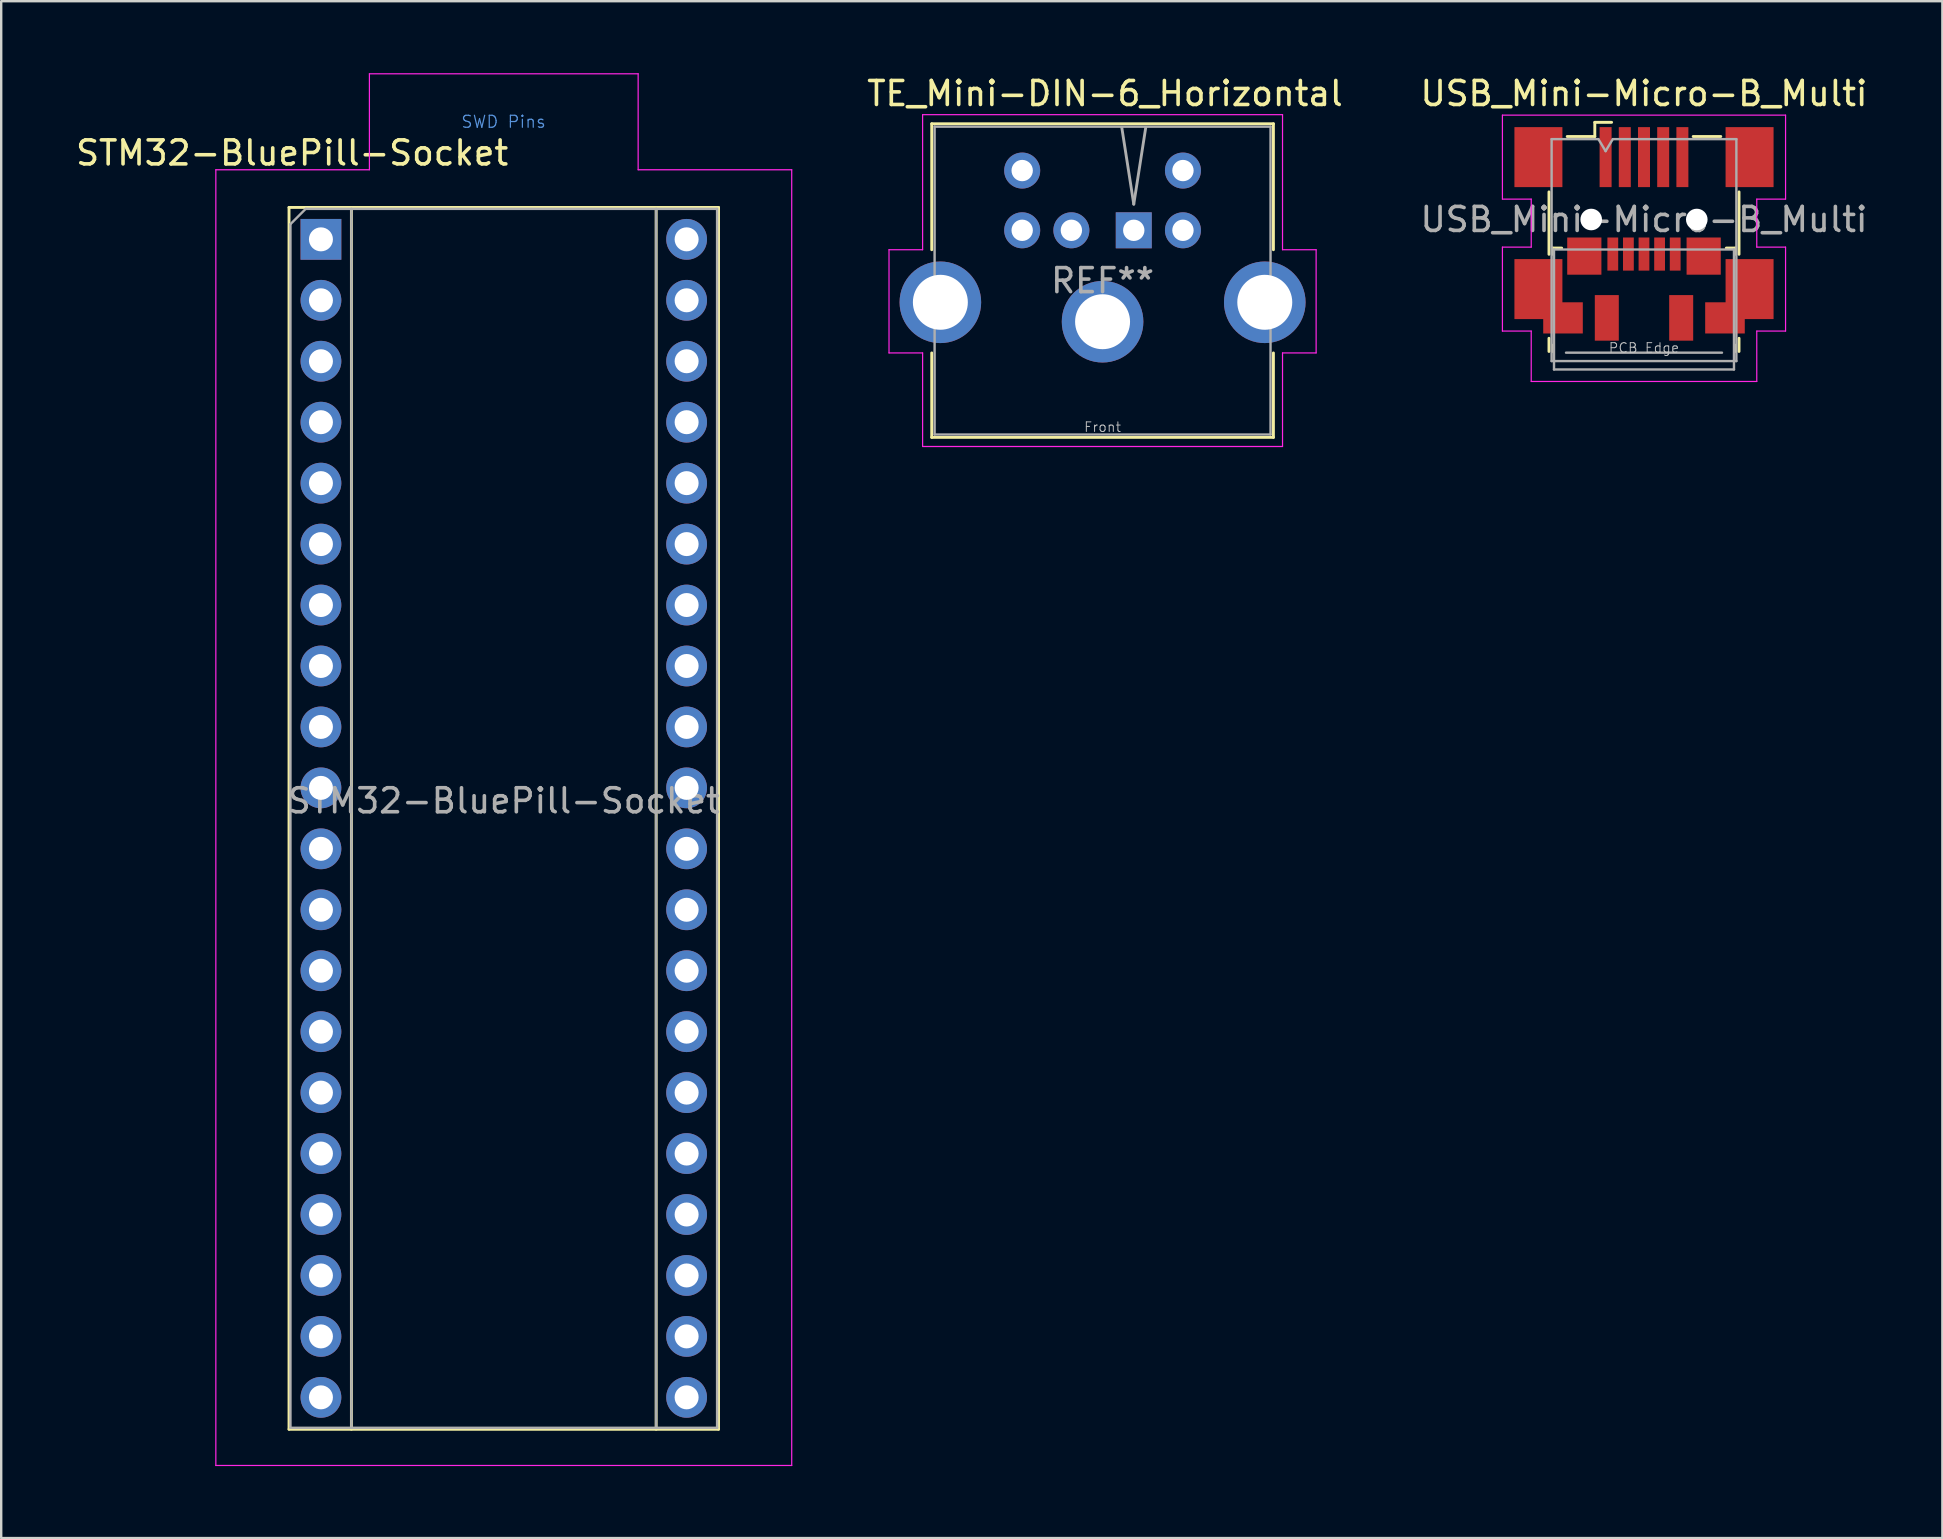
<source format=kicad_pcb>
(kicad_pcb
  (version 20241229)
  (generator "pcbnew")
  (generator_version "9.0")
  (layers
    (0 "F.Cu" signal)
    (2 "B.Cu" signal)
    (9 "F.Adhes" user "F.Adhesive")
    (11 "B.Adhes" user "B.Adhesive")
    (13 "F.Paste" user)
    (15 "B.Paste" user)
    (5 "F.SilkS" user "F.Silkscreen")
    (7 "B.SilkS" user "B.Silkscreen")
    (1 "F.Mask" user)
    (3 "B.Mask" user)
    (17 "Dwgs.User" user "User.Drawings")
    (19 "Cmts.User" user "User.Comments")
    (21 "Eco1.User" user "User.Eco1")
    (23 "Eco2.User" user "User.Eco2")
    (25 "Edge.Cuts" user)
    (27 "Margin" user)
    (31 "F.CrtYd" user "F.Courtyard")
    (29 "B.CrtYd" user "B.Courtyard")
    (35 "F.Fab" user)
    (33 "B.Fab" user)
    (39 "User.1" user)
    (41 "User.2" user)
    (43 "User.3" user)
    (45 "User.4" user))
  (footprint "STM32-BluePill-Socket"
    (layer "F.Cu")
    (at 10.325 6.925)
    (property "Reference" "STM32-BluePill-Socket" (at -1.2 -3.6 180) (layer "F.SilkS") (effects (font (size 1 1) (thickness 0.15))))
    (attr through_hole)
    (fp_line (start -1.33 -1.33) (end -1.33 49.59) (stroke (width 0.12) (type solid)) (layer "F.SilkS"))
    (fp_line (start -1.33 -1.33) (end 16.57 -1.33) (stroke (width 0.12) (type solid)) (layer "F.SilkS"))
    (fp_line (start -1.33 49.59) (end 16.57 49.59) (stroke (width 0.12) (type solid)) (layer "F.SilkS"))
    (fp_line (start 1.27 -1.33) (end 1.27 49.59) (stroke (width 0.12) (type solid)) (layer "F.SilkS"))
    (fp_line (start 13.97 -1.33) (end 13.97 49.59) (stroke (width 0.12) (type solid)) (layer "F.SilkS"))
    (fp_line (start 16.57 -1.33) (end 16.57 49.59) (stroke (width 0.12) (type solid)) (layer "F.SilkS"))
    (fp_line (start -4.38 -2.9) (end 2.02 -2.9) (stroke (width 0.05) (type solid)) (layer "F.CrtYd"))
    (fp_line (start -4.38 51.1) (end -4.38 -2.9) (stroke (width 0.05) (type solid)) (layer "F.CrtYd"))
    (fp_line (start 2.02 -6.9) (end 2.02 -2.9) (stroke (width 0.05) (type solid)) (layer "F.CrtYd"))
    (fp_line (start 13.22 -6.9) (end 2.02 -6.9) (stroke (width 0.05) (type solid)) (layer "F.CrtYd"))
    (fp_line (start 13.22 -6.9) (end 13.22 -2.9) (stroke (width 0.05) (type solid)) (layer "F.CrtYd"))
    (fp_line (start 13.22 -2.9) (end 19.62 -2.9) (stroke (width 0.05) (type solid)) (layer "F.CrtYd"))
    (fp_line (start 19.62 -2.9) (end 19.62 51.1) (stroke (width 0.05) (type solid)) (layer "F.CrtYd"))
    (fp_line (start 19.62 51.1) (end -4.38 51.1) (stroke (width 0.05) (type solid)) (layer "F.CrtYd"))
    (fp_line (start -1.27 -0.635) (end -1.27 49.53) (stroke (width 0.1) (type solid)) (layer "F.Fab"))
    (fp_line (start -0.635 -1.27) (end -1.27 -0.635) (stroke (width 0.1) (type solid)) (layer "F.Fab"))
    (fp_line (start 1.27 49.53) (end 1.27 -1.27) (stroke (width 0.1) (type solid)) (layer "F.Fab"))
    (fp_line (start 13.97 49.53) (end 13.97 -1.27) (stroke (width 0.1) (type solid)) (layer "F.Fab"))
    (fp_line (start 16.51 -1.27) (end -0.635 -1.27) (stroke (width 0.1) (type solid)) (layer "F.Fab"))
    (fp_line (start 16.51 49.53) (end -1.27 49.53) (stroke (width 0.1) (type solid)) (layer "F.Fab"))
    (fp_line (start 16.51 49.53) (end 16.51 -1.27) (stroke (width 0.1) (type solid)) (layer "F.Fab"))
    (fp_text user "SWD Pins" (at 7.61 -4.9 0) (layer "Cmts.User") (effects (font (size 0.5 0.5) (thickness 0.05))))
    (fp_text user "${REFERENCE}" (at 7.62 23.4 0) (layer "F.Fab") (effects (font (size 1 1) (thickness 0.15))))
    (pad "1" thru_hole rect (at 0 0) (size 1.7 1.7) (drill 1) (layers "*.Cu" "*.Mask"))
    (pad "2" thru_hole oval (at 0 2.54) (size 1.7 1.7) (drill 1) (layers "*.Cu" "*.Mask"))
    (pad "3" thru_hole oval (at 0 5.08) (size 1.7 1.7) (drill 1) (layers "*.Cu" "*.Mask"))
    (pad "4" thru_hole oval (at 0 7.62) (size 1.7 1.7) (drill 1) (layers "*.Cu" "*.Mask"))
    (pad "5" thru_hole oval (at 0 10.16) (size 1.7 1.7) (drill 1) (layers "*.Cu" "*.Mask"))
    (pad "6" thru_hole oval (at 0 12.7) (size 1.7 1.7) (drill 1) (layers "*.Cu" "*.Mask"))
    (pad "7" thru_hole oval (at 0 15.24) (size 1.7 1.7) (drill 1) (layers "*.Cu" "*.Mask"))
    (pad "8" thru_hole oval (at 0 17.78) (size 1.7 1.7) (drill 1) (layers "*.Cu" "*.Mask"))
    (pad "9" thru_hole oval (at 0 20.32) (size 1.7 1.7) (drill 1) (layers "*.Cu" "*.Mask"))
    (pad "10" thru_hole oval (at 0 22.86) (size 1.7 1.7) (drill 1) (layers "*.Cu" "*.Mask"))
    (pad "11" thru_hole oval (at 0 25.4) (size 1.7 1.7) (drill 1) (layers "*.Cu" "*.Mask"))
    (pad "12" thru_hole oval (at 0 27.94) (size 1.7 1.7) (drill 1) (layers "*.Cu" "*.Mask"))
    (pad "13" thru_hole oval (at 0 30.48) (size 1.7 1.7) (drill 1) (layers "*.Cu" "*.Mask"))
    (pad "14" thru_hole oval (at 0 33.02) (size 1.7 1.7) (drill 1) (layers "*.Cu" "*.Mask"))
    (pad "15" thru_hole oval (at 0 35.56) (size 1.7 1.7) (drill 1) (layers "*.Cu" "*.Mask"))
    (pad "16" thru_hole oval (at 0 38.1) (size 1.7 1.7) (drill 1) (layers "*.Cu" "*.Mask"))
    (pad "17" thru_hole oval (at 0 40.64) (size 1.7 1.7) (drill 1) (layers "*.Cu" "*.Mask"))
    (pad "18" thru_hole oval (at 0 43.18) (size 1.7 1.7) (drill 1) (layers "*.Cu" "*.Mask"))
    (pad "19" thru_hole oval (at 0 45.72) (size 1.7 1.7) (drill 1) (layers "*.Cu" "*.Mask"))
    (pad "20" thru_hole oval (at 0 48.26) (size 1.7 1.7) (drill 1) (layers "*.Cu" "*.Mask"))
    (pad "21" thru_hole oval (at 15.24 48.26) (size 1.7 1.7) (drill 1) (layers "*.Cu" "*.Mask"))
    (pad "22" thru_hole oval (at 15.24 45.72) (size 1.7 1.7) (drill 1) (layers "*.Cu" "*.Mask"))
    (pad "23" thru_hole oval (at 15.24 43.18) (size 1.7 1.7) (drill 1) (layers "*.Cu" "*.Mask"))
    (pad "24" thru_hole oval (at 15.24 40.64) (size 1.7 1.7) (drill 1) (layers "*.Cu" "*.Mask"))
    (pad "25" thru_hole oval (at 15.24 38.1) (size 1.7 1.7) (drill 1) (layers "*.Cu" "*.Mask"))
    (pad "26" thru_hole oval (at 15.24 35.56) (size 1.7 1.7) (drill 1) (layers "*.Cu" "*.Mask"))
    (pad "27" thru_hole oval (at 15.24 33.02) (size 1.7 1.7) (drill 1) (layers "*.Cu" "*.Mask"))
    (pad "28" thru_hole oval (at 15.24 30.48) (size 1.7 1.7) (drill 1) (layers "*.Cu" "*.Mask"))
    (pad "29" thru_hole oval (at 15.24 27.94) (size 1.7 1.7) (drill 1) (layers "*.Cu" "*.Mask"))
    (pad "30" thru_hole oval (at 15.24 25.4) (size 1.7 1.7) (drill 1) (layers "*.Cu" "*.Mask"))
    (pad "31" thru_hole oval (at 15.24 22.86) (size 1.7 1.7) (drill 1) (layers "*.Cu" "*.Mask"))
    (pad "32" thru_hole oval (at 15.24 20.32) (size 1.7 1.7) (drill 1) (layers "*.Cu" "*.Mask"))
    (pad "33" thru_hole oval (at 15.24 17.78) (size 1.7 1.7) (drill 1) (layers "*.Cu" "*.Mask"))
    (pad "34" thru_hole oval (at 15.24 15.24) (size 1.7 1.7) (drill 1) (layers "*.Cu" "*.Mask"))
    (pad "35" thru_hole oval (at 15.24 12.7) (size 1.7 1.7) (drill 1) (layers "*.Cu" "*.Mask"))
    (pad "36" thru_hole oval (at 15.24 10.16) (size 1.7 1.7) (drill 1) (layers "*.Cu" "*.Mask"))
    (pad "37" thru_hole oval (at 15.24 7.62) (size 1.7 1.7) (drill 1) (layers "*.Cu" "*.Mask"))
    (pad "38" thru_hole oval (at 15.24 5.08) (size 1.7 1.7) (drill 1) (layers "*.Cu" "*.Mask"))
    (pad "39" thru_hole oval (at 15.24 2.54) (size 1.7 1.7) (drill 1) (layers "*.Cu" "*.Mask"))
    (pad "40" thru_hole circle (at 15.24 0) (size 1.7 1.7) (drill 1) (layers "*.Cu" "*.Mask")))
  (footprint "USB_Mini-Micro-B_Multi"
    (layer "F.Cu")
    (at 65.464 6.098)
    (property "Reference" "USB_Mini-Micro-B_Multi" (at 0 -5.25 0) (layer "F.SilkS") (effects (font (size 1 1) (thickness 0.15))))
    (attr smd)
    (fp_line (start -3.96 1.45) (end -3.96 -1.15) (stroke (width 0.12) (type solid)) (layer "F.SilkS"))
    (fp_line (start -3.96 4.95) (end -3.96 5.5) (stroke (width 0.12) (type solid)) (layer "F.SilkS"))
    (fp_line (start -3.81 1.19) (end -3.43 1.19) (stroke (width 0.12) (type solid)) (layer "F.SilkS"))
    (fp_line (start -3.81 1.45) (end -3.81 1.19) (stroke (width 0.12) (type solid)) (layer "F.SilkS"))
    (fp_line (start -3.81 5.5) (end -3.81 5.24) (stroke (width 0.12) (type solid)) (layer "F.SilkS"))
    (fp_line (start -3.2 -3.46) (end -2.05 -3.46) (stroke (width 0.12) (type solid)) (layer "F.SilkS"))
    (fp_line (start -2.05 -4.05) (end -1.35 -4.05) (stroke (width 0.12) (type solid)) (layer "F.SilkS"))
    (fp_line (start -2.05 -3.46) (end -2.05 -4.05) (stroke (width 0.12) (type solid)) (layer "F.SilkS"))
    (fp_line (start 2.05 -3.46) (end 3.2 -3.46) (stroke (width 0.12) (type solid)) (layer "F.SilkS"))
    (fp_line (start 3.81 1.19) (end 3.43 1.19) (stroke (width 0.12) (type solid)) (layer "F.SilkS"))
    (fp_line (start 3.81 1.19) (end 3.81 1.45) (stroke (width 0.12) (type solid)) (layer "F.SilkS"))
    (fp_line (start 3.81 5.24) (end 3.81 5.5) (stroke (width 0.12) (type solid)) (layer "F.SilkS"))
    (fp_line (start 3.96 -1.15) (end 3.96 1.45) (stroke (width 0.12) (type solid)) (layer "F.SilkS"))
    (fp_line (start 3.96 5.5) (end 3.96 4.95) (stroke (width 0.12) (type solid)) (layer "F.SilkS"))
    (fp_line (start -5.9 -4.35) (end 5.9 -4.35) (stroke (width 0.05) (type solid)) (layer "F.CrtYd"))
    (fp_line (start -5.9 -0.85) (end -5.9 -4.35) (stroke (width 0.05) (type solid)) (layer "F.CrtYd"))
    (fp_line (start -5.9 1.15) (end -4.7 1.15) (stroke (width 0.05) (type solid)) (layer "F.CrtYd"))
    (fp_line (start -5.9 4.65) (end -5.9 1.15) (stroke (width 0.05) (type solid)) (layer "F.CrtYd"))
    (fp_line (start -4.7 -0.85) (end -5.9 -0.85) (stroke (width 0.05) (type solid)) (layer "F.CrtYd"))
    (fp_line (start -4.7 1.15) (end -4.7 -0.85) (stroke (width 0.05) (type solid)) (layer "F.CrtYd"))
    (fp_line (start -4.7 4.65) (end -5.9 4.65) (stroke (width 0.05) (type solid)) (layer "F.CrtYd"))
    (fp_line (start -4.7 6.75) (end -4.7 4.65) (stroke (width 0.05) (type solid)) (layer "F.CrtYd"))
    (fp_line (start 4.7 1.15) (end 4.7 -0.85) (stroke (width 0.05) (type solid)) (layer "F.CrtYd"))
    (fp_line (start 4.7 1.15) (end 5.9 1.15) (stroke (width 0.05) (type solid)) (layer "F.CrtYd"))
    (fp_line (start 4.7 4.65) (end 4.7 6.75) (stroke (width 0.05) (type solid)) (layer "F.CrtYd"))
    (fp_line (start 4.7 6.75) (end -4.7 6.75) (stroke (width 0.05) (type solid)) (layer "F.CrtYd"))
    (fp_line (start 5.9 -4.35) (end 5.9 -0.85) (stroke (width 0.05) (type solid)) (layer "F.CrtYd"))
    (fp_line (start 5.9 -0.85) (end 4.7 -0.85) (stroke (width 0.05) (type solid)) (layer "F.CrtYd"))
    (fp_line (start 5.9 1.15) (end 5.9 4.65) (stroke (width 0.05) (type solid)) (layer "F.CrtYd"))
    (fp_line (start 5.9 4.65) (end 4.7 4.65) (stroke (width 0.05) (type solid)) (layer "F.CrtYd"))
    (fp_line (start -3.85 -3.35) (end -1.9 -3.35) (stroke (width 0.1) (type solid)) (layer "F.Fab"))
    (fp_line (start -3.85 5.9) (end -3.85 -3.35) (stroke (width 0.1) (type solid)) (layer "F.Fab"))
    (fp_line (start -3.75 1.25) (end 3.75 1.25) (stroke (width 0.1) (type solid)) (layer "F.Fab"))
    (fp_line (start -3.75 6.25) (end -3.75 1.25) (stroke (width 0.1) (type solid)) (layer "F.Fab"))
    (fp_line (start -3.25 5.55) (end 3.25 5.55) (stroke (width 0.1) (type solid)) (layer "F.Fab"))
    (fp_line (start -1.9 -3.35) (end -1.6 -2.85) (stroke (width 0.1) (type solid)) (layer "F.Fab"))
    (fp_line (start -1.6 -2.85) (end -1.3 -3.35) (stroke (width 0.1) (type solid)) (layer "F.Fab"))
    (fp_line (start -1.3 -3.35) (end 3.85 -3.35) (stroke (width 0.1) (type solid)) (layer "F.Fab"))
    (fp_line (start 3.75 1.25) (end 3.75 6.25) (stroke (width 0.1) (type solid)) (layer "F.Fab"))
    (fp_line (start 3.75 6.25) (end -3.75 6.25) (stroke (width 0.1) (type solid)) (layer "F.Fab"))
    (fp_line (start 3.85 -3.35) (end 3.85 5.9) (stroke (width 0.1) (type solid)) (layer "F.Fab"))
    (fp_line (start 3.85 5.9) (end -3.85 5.9) (stroke (width 0.1) (type solid)) (layer "F.Fab"))
    (fp_text user "PCB Edge" (at 0 5.35 180) (layer "Dwgs.User") (effects (font (size 0.4 0.4) (thickness 0.04))))
    (fp_text user "${REFERENCE}" (at 0 0 0) (layer "F.Fab") (effects (font (size 1 1) (thickness 0.15))))
    (pad "" np_thru_hole circle (at -2.2 0) (size 0.9 0.9) (drill 0.9) (layers "*.Cu" "*.Mask"))
    (pad "" np_thru_hole circle (at 2.2 0) (size 0.9 0.9) (drill 0.9) (layers "*.Cu" "*.Mask"))
    (pad "1" smd rect (at -1.6 -2.6) (size 0.5 2.5) (layers "F.Cu" "F.Mask"))
    (pad "1" smd rect (at -1.3 1.44) (size 0.45 1.38) (layers "F.Cu" "F.Mask" "F.Paste"))
    (pad "2" smd rect (at -0.8 -2.6) (size 0.5 2.5) (layers "F.Cu" "F.Mask"))
    (pad "2" smd rect (at -0.65 1.44) (size 0.45 1.38) (layers "F.Cu" "F.Mask" "F.Paste"))
    (pad "3" smd rect (at 0 -2.6) (size 0.5 2.5) (layers "F.Cu" "F.Mask"))
    (pad "3" smd rect (at 0 1.44) (size 0.45 1.38) (layers "F.Cu" "F.Mask" "F.Paste"))
    (pad "4" smd rect (at 0.65 1.44) (size 0.45 1.38) (layers "F.Cu" "F.Mask" "F.Paste"))
    (pad "4" smd rect (at 0.8 -2.6) (size 0.5 2.5) (layers "F.Cu" "F.Mask"))
    (pad "5" smd rect (at 1.3 1.44) (size 0.45 1.38) (layers "F.Cu" "F.Mask" "F.Paste"))
    (pad "5" smd rect (at 1.6 -2.6) (size 0.5 2.5) (layers "F.Cu" "F.Mask"))
    (pad "6" smd rect (at -4.4 -2.6) (size 2 2.5) (layers "F.Cu" "F.Mask"))
    (pad "6" smd rect (at -4.4 2.9) (size 2 2.5) (layers "F.Cu" "F.Mask"))
    (pad "6" smd rect (at -3.375 4.1) (size 1.65 1.3) (layers "F.Cu" "F.Mask" "F.Paste"))
    (pad "6" smd rect (at -2.487 1.525) (size 1.425 1.55) (layers "F.Cu" "F.Mask" "F.Paste"))
    (pad "6" smd rect (at -1.55 4.1) (size 1 1.9) (layers "F.Cu" "F.Mask" "F.Paste"))
    (pad "6" smd rect (at 1.55 4.1) (size 1 1.9) (layers "F.Cu" "F.Mask" "F.Paste"))
    (pad "6" smd rect (at 2.487 1.525) (size 1.425 1.55) (layers "F.Cu" "F.Mask" "F.Paste"))
    (pad "6" smd rect (at 3.375 4.1) (size 1.65 1.3) (layers "F.Cu" "F.Mask" "F.Paste"))
    (pad "6" smd rect (at 4.4 -2.6) (size 2 2.5) (layers "F.Cu" "F.Mask"))
    (pad "6" smd rect (at 4.4 2.9) (size 2 2.5) (layers "F.Cu" "F.Mask")))
  (footprint "TE_Mini-DIN-6_Horizontal"
    (layer "F.Cu")
    (at 44.2 6.548)
    (property "Reference" "TE_Mini-DIN-6_Horizontal" (at -1.2 -5.7 180) (layer "F.SilkS") (effects (font (size 1 1) (thickness 0.15))))
    (attr through_hole)
    (fp_line (start -8.42 -4.44) (end -8.42 0.81) (stroke (width 0.12) (type solid)) (layer "F.SilkS"))
    (fp_line (start -8.42 -4.44) (end 5.82 -4.44) (stroke (width 0.12) (type solid)) (layer "F.SilkS"))
    (fp_line (start -8.42 8.63) (end -8.42 5.11) (stroke (width 0.12) (type solid)) (layer "F.SilkS"))
    (fp_line (start 5.82 -4.44) (end 5.82 0.81) (stroke (width 0.12) (type solid)) (layer "F.SilkS"))
    (fp_line (start 5.82 5.11) (end 5.82 8.63) (stroke (width 0.12) (type solid)) (layer "F.SilkS"))
    (fp_line (start 5.82 8.63) (end -8.42 8.63) (stroke (width 0.12) (type solid)) (layer "F.SilkS"))
    (fp_line (start -10.2 0.81) (end -8.8 0.81) (stroke (width 0.05) (type solid)) (layer "F.CrtYd"))
    (fp_line (start -10.2 5.11) (end -10.2 0.81) (stroke (width 0.05) (type solid)) (layer "F.CrtYd"))
    (fp_line (start -10.2 5.11) (end -8.8 5.11) (stroke (width 0.05) (type solid)) (layer "F.CrtYd"))
    (fp_line (start -8.8 0.81) (end -8.8 -4.82) (stroke (width 0.05) (type solid)) (layer "F.CrtYd"))
    (fp_line (start -8.8 9.01) (end -8.8 5.11) (stroke (width 0.05) (type solid)) (layer "F.CrtYd"))
    (fp_line (start 6.2 -4.82) (end -8.8 -4.82) (stroke (width 0.05) (type solid)) (layer "F.CrtYd"))
    (fp_line (start 6.2 0.81) (end 6.2 -4.82) (stroke (width 0.05) (type solid)) (layer "F.CrtYd"))
    (fp_line (start 6.2 0.81) (end 7.6 0.81) (stroke (width 0.05) (type solid)) (layer "F.CrtYd"))
    (fp_line (start 6.2 5.11) (end 7.6 5.11) (stroke (width 0.05) (type solid)) (layer "F.CrtYd"))
    (fp_line (start 6.2 9.01) (end -8.8 9.01) (stroke (width 0.05) (type solid)) (layer "F.CrtYd"))
    (fp_line (start 6.2 9.01) (end 6.2 5.11) (stroke (width 0.05) (type solid)) (layer "F.CrtYd"))
    (fp_line (start 7.6 5.11) (end 7.6 0.81) (stroke (width 0.05) (type solid)) (layer "F.CrtYd"))
    (fp_line (start -8.3 -4.32) (end 5.7 -4.32) (stroke (width 0.1) (type solid)) (layer "F.Fab"))
    (fp_line (start -8.3 8.51) (end -8.3 -4.32) (stroke (width 0.1) (type solid)) (layer "F.Fab"))
    (fp_line (start 0 -1.09) (end -0.5 -4.29) (stroke (width 0.12) (type solid)) (layer "F.Fab"))
    (fp_line (start 0.5 -4.29) (end 0 -1.09) (stroke (width 0.12) (type solid)) (layer "F.Fab"))
    (fp_line (start 5.7 -4.32) (end 5.7 8.51) (stroke (width 0.1) (type solid)) (layer "F.Fab"))
    (fp_line (start 5.7 8.51) (end -8.3 8.51) (stroke (width 0.1) (type solid)) (layer "F.Fab"))
    (fp_text user "Front" (at -1.3 8.2 180) (layer "Dwgs.User") (effects (font (size 0.4 0.4) (thickness 0.04))))
    (fp_text user "REF**" (at -1.3 2.1 180) (layer "F.Fab") (effects (font (size 1 1) (thickness 0.15))))
    (pad "1" thru_hole rect (at 0 0 180) (size 1.5 1.5) (drill 0.89) (layers "*.Cu" "*.Mask"))
    (pad "2" thru_hole circle (at -2.6 0 180) (size 1.5 1.5) (drill 0.89) (layers "*.Cu" "*.Mask"))
    (pad "3" thru_hole circle (at 2.05 0 180) (size 1.5 1.5) (drill 0.89) (layers "*.Cu" "*.Mask"))
    (pad "4" thru_hole circle (at -4.65 0 180) (size 1.5 1.5) (drill 0.89) (layers "*.Cu" "*.Mask"))
    (pad "5" thru_hole circle (at 2.05 -2.49 180) (size 1.5 1.5) (drill 0.89) (layers "*.Cu" "*.Mask"))
    (pad "6" thru_hole circle (at -4.65 -2.49 180) (size 1.5 1.5) (drill 0.89) (layers "*.Cu" "*.Mask"))
    (pad "SH" thru_hole circle (at -8.06 3 180) (size 3.4 3.4) (drill 2.29) (layers "*.Cu" "*.Mask"))
    (pad "SH" thru_hole circle (at -1.3 3.81 180) (size 3.4 3.4) (drill 2.29) (layers "*.Cu" "*.Mask"))
    (pad "SH" thru_hole circle (at 5.46 3 180) (size 3.4 3.4) (drill 2.29) (layers "*.Cu" "*.Mask")))
  (gr_rect
    (start -3 -3)
    (end 77.899 61.05)
    (stroke (width 0.1) (type default))
    (fill no)
    (layer "Edge.Cuts")))
</source>
